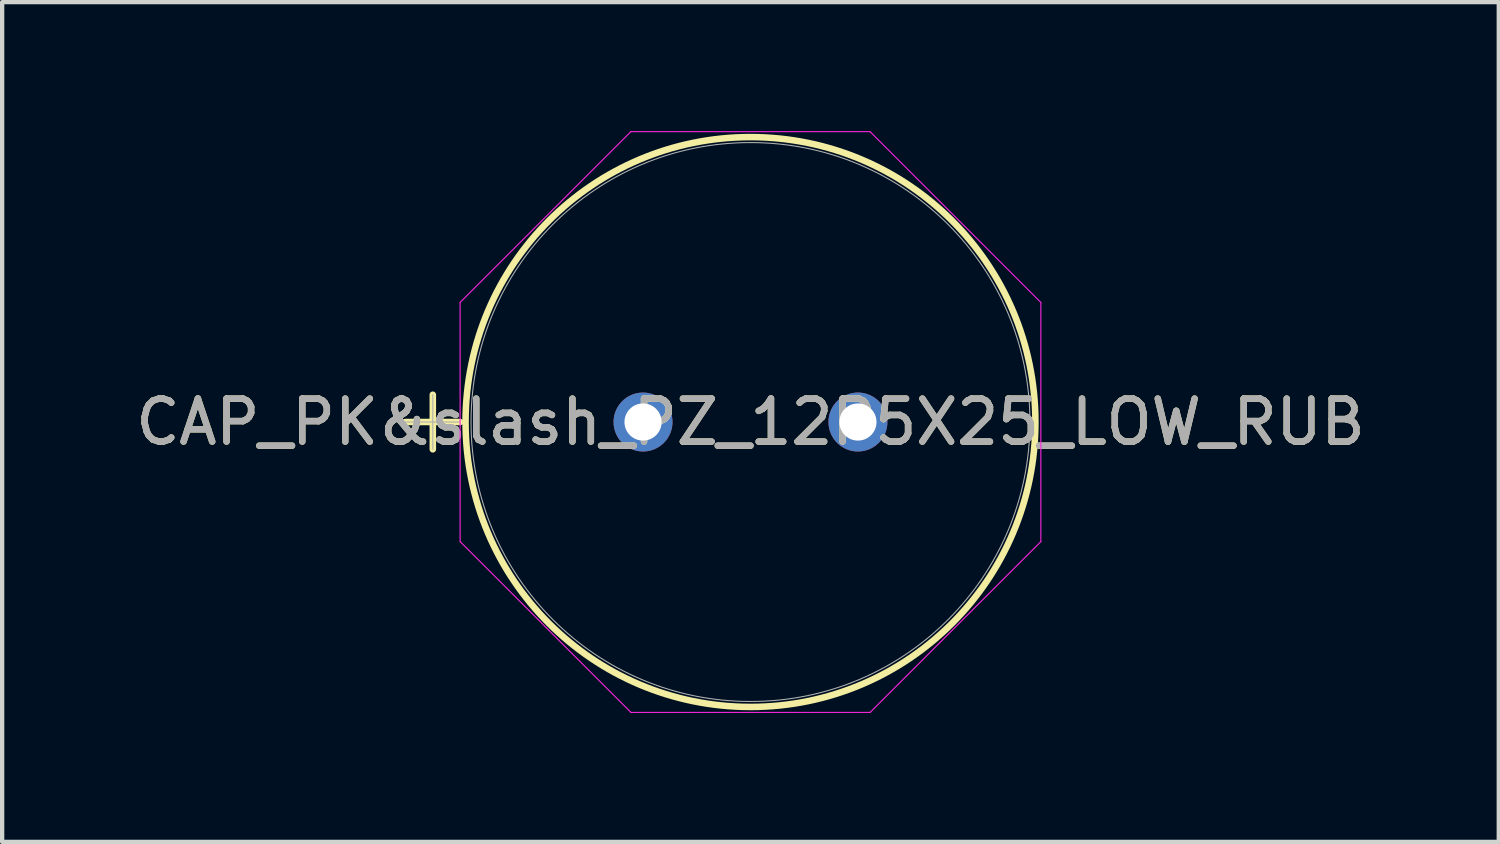
<source format=kicad_pcb>
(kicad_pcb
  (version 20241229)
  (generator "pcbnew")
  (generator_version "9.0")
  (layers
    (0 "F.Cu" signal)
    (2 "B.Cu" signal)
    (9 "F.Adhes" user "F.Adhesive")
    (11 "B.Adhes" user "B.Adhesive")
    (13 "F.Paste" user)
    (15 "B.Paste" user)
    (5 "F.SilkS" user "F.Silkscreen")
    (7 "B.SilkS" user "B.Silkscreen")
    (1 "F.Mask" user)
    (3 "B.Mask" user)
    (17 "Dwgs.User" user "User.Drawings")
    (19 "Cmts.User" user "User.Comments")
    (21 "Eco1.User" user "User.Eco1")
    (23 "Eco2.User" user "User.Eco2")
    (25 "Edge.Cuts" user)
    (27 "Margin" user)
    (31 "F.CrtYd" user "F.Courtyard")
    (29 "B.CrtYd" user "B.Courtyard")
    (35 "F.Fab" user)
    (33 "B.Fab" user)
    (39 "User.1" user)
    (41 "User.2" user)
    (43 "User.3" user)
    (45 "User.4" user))
  (footprint "CAP_PK&slash_PZ_12P5X25_LOW_RUB"
    (layer "F.Cu")
    (at 11.911 6.769)
    (property "Reference" "CAP_PK&slash_PZ_12P5X25_LOW_RUB" (at 2.5 0 0) (unlocked yes) (layer "F.SilkS") (effects (font (size 1 1) (thickness 0.15))))
    (attr through_hole)
    (fp_line (start -5.526 0) (end -4.256 0) (stroke (width 0.152) (type solid)) (layer "F.SilkS"))
    (fp_line (start -4.891 -0.635) (end -4.891 0.635) (stroke (width 0.152) (type solid)) (layer "F.SilkS"))
    (fp_circle (center 2.5 0) (end 9.129 0) (stroke (width 0.152) (type solid)) (fill no) (layer "F.SilkS"))
    (fp_line (start -4.256 -2.782) (end -0.282 -6.756) (stroke (width 0.025) (type solid)) (layer "F.CrtYd"))
    (fp_line (start -4.256 2.782) (end -4.256 -2.782) (stroke (width 0.025) (type solid)) (layer "F.CrtYd"))
    (fp_line (start -0.282 -6.756) (end 5.282 -6.756) (stroke (width 0.025) (type solid)) (layer "F.CrtYd"))
    (fp_line (start -0.282 6.756) (end -4.256 2.782) (stroke (width 0.025) (type solid)) (layer "F.CrtYd"))
    (fp_line (start 5.282 -6.756) (end 9.256 -2.782) (stroke (width 0.025) (type solid)) (layer "F.CrtYd"))
    (fp_line (start 5.282 6.756) (end -0.282 6.756) (stroke (width 0.025) (type solid)) (layer "F.CrtYd"))
    (fp_line (start 9.256 -2.782) (end 9.256 2.782) (stroke (width 0.025) (type solid)) (layer "F.CrtYd"))
    (fp_line (start 9.256 2.782) (end 5.282 6.756) (stroke (width 0.025) (type solid)) (layer "F.CrtYd"))
    (fp_line (start -5.526 0) (end -4.256 0) (stroke (width 0.025) (type solid)) (layer "F.Fab"))
    (fp_line (start -4.891 -0.635) (end -4.891 0.635) (stroke (width 0.025) (type solid)) (layer "F.Fab"))
    (fp_circle (center 2.5 0) (end 9.002 0) (stroke (width 0.025) (type solid)) (fill no) (layer "F.Fab"))
    (fp_text user "${REFERENCE}" (at 2.5 0 0) (unlocked yes) (layer "F.Fab") (effects (font (size 1 1) (thickness 0.15))))
    (pad "1" thru_hole circle (at 0 0) (size 1.372 1.372) (drill 0.864) (layers "*.Cu" "*.Mask"))
    (pad "2" thru_hole circle (at 5 0) (size 1.372 1.372) (drill 0.864) (layers "*.Cu" "*.Mask")))
  (gr_rect
    (start -3 -3)
    (end 31.821 16.538)
    (stroke (width 0.1) (type default))
    (fill no)
    (layer "Edge.Cuts")))
</source>
